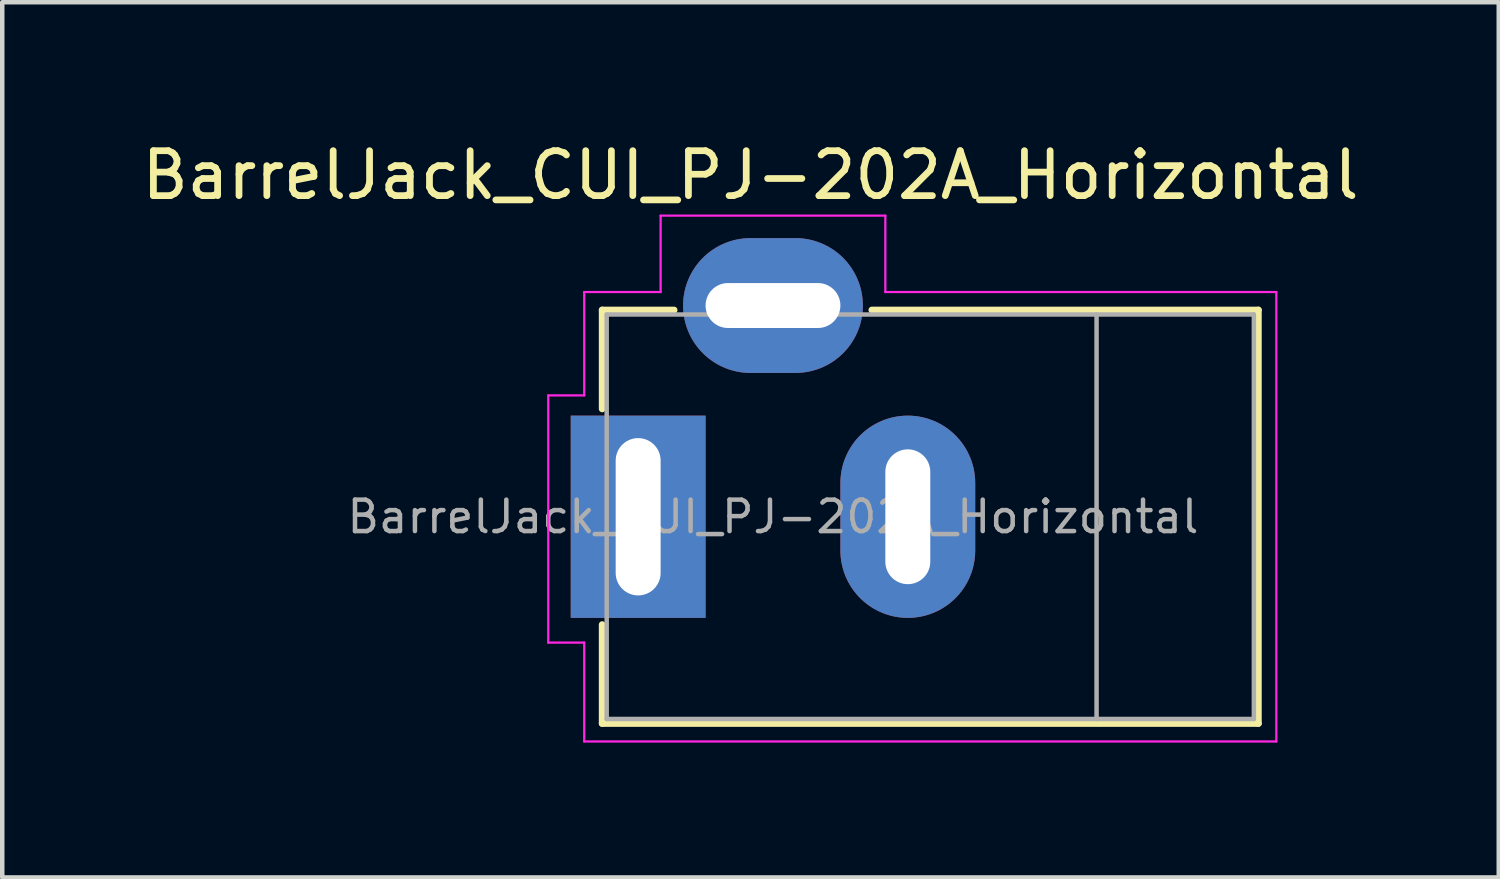
<source format=kicad_pcb>
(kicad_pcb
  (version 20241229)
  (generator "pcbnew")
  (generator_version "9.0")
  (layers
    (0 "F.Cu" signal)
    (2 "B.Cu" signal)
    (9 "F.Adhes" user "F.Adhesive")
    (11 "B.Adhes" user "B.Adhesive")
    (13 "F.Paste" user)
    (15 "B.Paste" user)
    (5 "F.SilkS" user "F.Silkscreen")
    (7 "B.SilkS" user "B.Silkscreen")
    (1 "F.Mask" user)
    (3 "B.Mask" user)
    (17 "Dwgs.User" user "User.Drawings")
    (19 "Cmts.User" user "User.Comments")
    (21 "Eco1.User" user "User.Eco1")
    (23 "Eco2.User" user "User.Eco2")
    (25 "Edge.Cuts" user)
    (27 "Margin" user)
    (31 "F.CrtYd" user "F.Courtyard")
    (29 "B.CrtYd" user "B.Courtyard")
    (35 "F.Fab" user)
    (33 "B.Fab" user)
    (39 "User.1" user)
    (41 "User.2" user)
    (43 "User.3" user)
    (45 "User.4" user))
  (footprint "BarrelJack_CUI_PJ-202A_Horizontal"
    (layer "F.Cu")
    (at 11.149 8.448)
    (property "Reference" "BarrelJack_CUI_PJ-202A_Horizontal" (at 2.5 -7.6 0) (layer "F.SilkS") (effects (font (size 1 1) (thickness 0.15))))
    (attr through_hole)
    (fp_line (start -0.8 -4.6) (end -0.8 -2.4) (stroke (width 0.15) (type solid)) (layer "F.SilkS"))
    (fp_line (start -0.8 2.4) (end -0.8 4.6) (stroke (width 0.15) (type solid)) (layer "F.SilkS"))
    (fp_line (start -0.8 4.6) (end 13.8 4.6) (stroke (width 0.15) (type solid)) (layer "F.SilkS"))
    (fp_line (start 0.8 -4.6) (end -0.8 -4.6) (stroke (width 0.15) (type solid)) (layer "F.SilkS"))
    (fp_line (start 13.8 -4.6) (end 5.2 -4.6) (stroke (width 0.15) (type solid)) (layer "F.SilkS"))
    (fp_line (start 13.8 4.6) (end 13.8 -4.6) (stroke (width 0.15) (type solid)) (layer "F.SilkS"))
    (fp_line (start -2 -2.7) (end -2 2.8) (stroke (width 0.05) (type solid)) (layer "F.CrtYd"))
    (fp_line (start -2 2.8) (end -1.2 2.8) (stroke (width 0.05) (type solid)) (layer "F.CrtYd"))
    (fp_line (start -1.2 -5) (end -1.2 -2.7) (stroke (width 0.05) (type solid)) (layer "F.CrtYd"))
    (fp_line (start -1.2 -2.7) (end -2 -2.7) (stroke (width 0.05) (type solid)) (layer "F.CrtYd"))
    (fp_line (start -1.2 2.8) (end -1.2 5) (stroke (width 0.05) (type solid)) (layer "F.CrtYd"))
    (fp_line (start -1.2 5) (end 14.2 5) (stroke (width 0.05) (type solid)) (layer "F.CrtYd"))
    (fp_line (start 0.5 -6.7) (end 5.5 -6.7) (stroke (width 0.05) (type solid)) (layer "F.CrtYd"))
    (fp_line (start 0.5 -5) (end -1.2 -5) (stroke (width 0.05) (type solid)) (layer "F.CrtYd"))
    (fp_line (start 0.5 -5) (end 0.5 -6.7) (stroke (width 0.05) (type solid)) (layer "F.CrtYd"))
    (fp_line (start 5.5 -5) (end 5.5 -6.7) (stroke (width 0.05) (type solid)) (layer "F.CrtYd"))
    (fp_line (start 14.2 -5) (end 5.5 -5) (stroke (width 0.05) (type solid)) (layer "F.CrtYd"))
    (fp_line (start 14.2 5) (end 14.2 -5) (stroke (width 0.05) (type solid)) (layer "F.CrtYd"))
    (fp_line (start -0.7 -4.5) (end 13.7 -4.5) (stroke (width 0.1) (type solid)) (layer "F.Fab"))
    (fp_line (start -0.7 4.5) (end -0.7 -4.5) (stroke (width 0.1) (type solid)) (layer "F.Fab"))
    (fp_line (start 10.2 -4.5) (end 10.2 4.5) (stroke (width 0.1) (type solid)) (layer "F.Fab"))
    (fp_line (start 13.7 -4.5) (end 13.7 4.5) (stroke (width 0.1) (type solid)) (layer "F.Fab"))
    (fp_line (start 13.7 4.5) (end -0.7 4.5) (stroke (width 0.1) (type solid)) (layer "F.Fab"))
    (fp_text user "${REFERENCE}" (at 3 0 0) (layer "F.Fab") (effects (font (size 0.7 0.7) (thickness 0.1))))
    (pad "1" thru_hole rect (at 0 0) (size 3 4.5) (drill oval 1 3.5) (layers "*.Cu" "*.Mask"))
    (pad "2" thru_hole oval (at 6 0) (size 3 4.5) (drill oval 1 3) (layers "*.Cu" "*.Mask"))
    (pad "3" thru_hole oval (at 3 -4.7 90) (size 3 4) (drill oval 1 3) (layers "*.Cu" "*.Mask")))
  (gr_rect
    (start -3 -3)
    (end 30.298 16.473)
    (stroke (width 0.1) (type default))
    (fill no)
    (layer "Edge.Cuts")))
</source>
